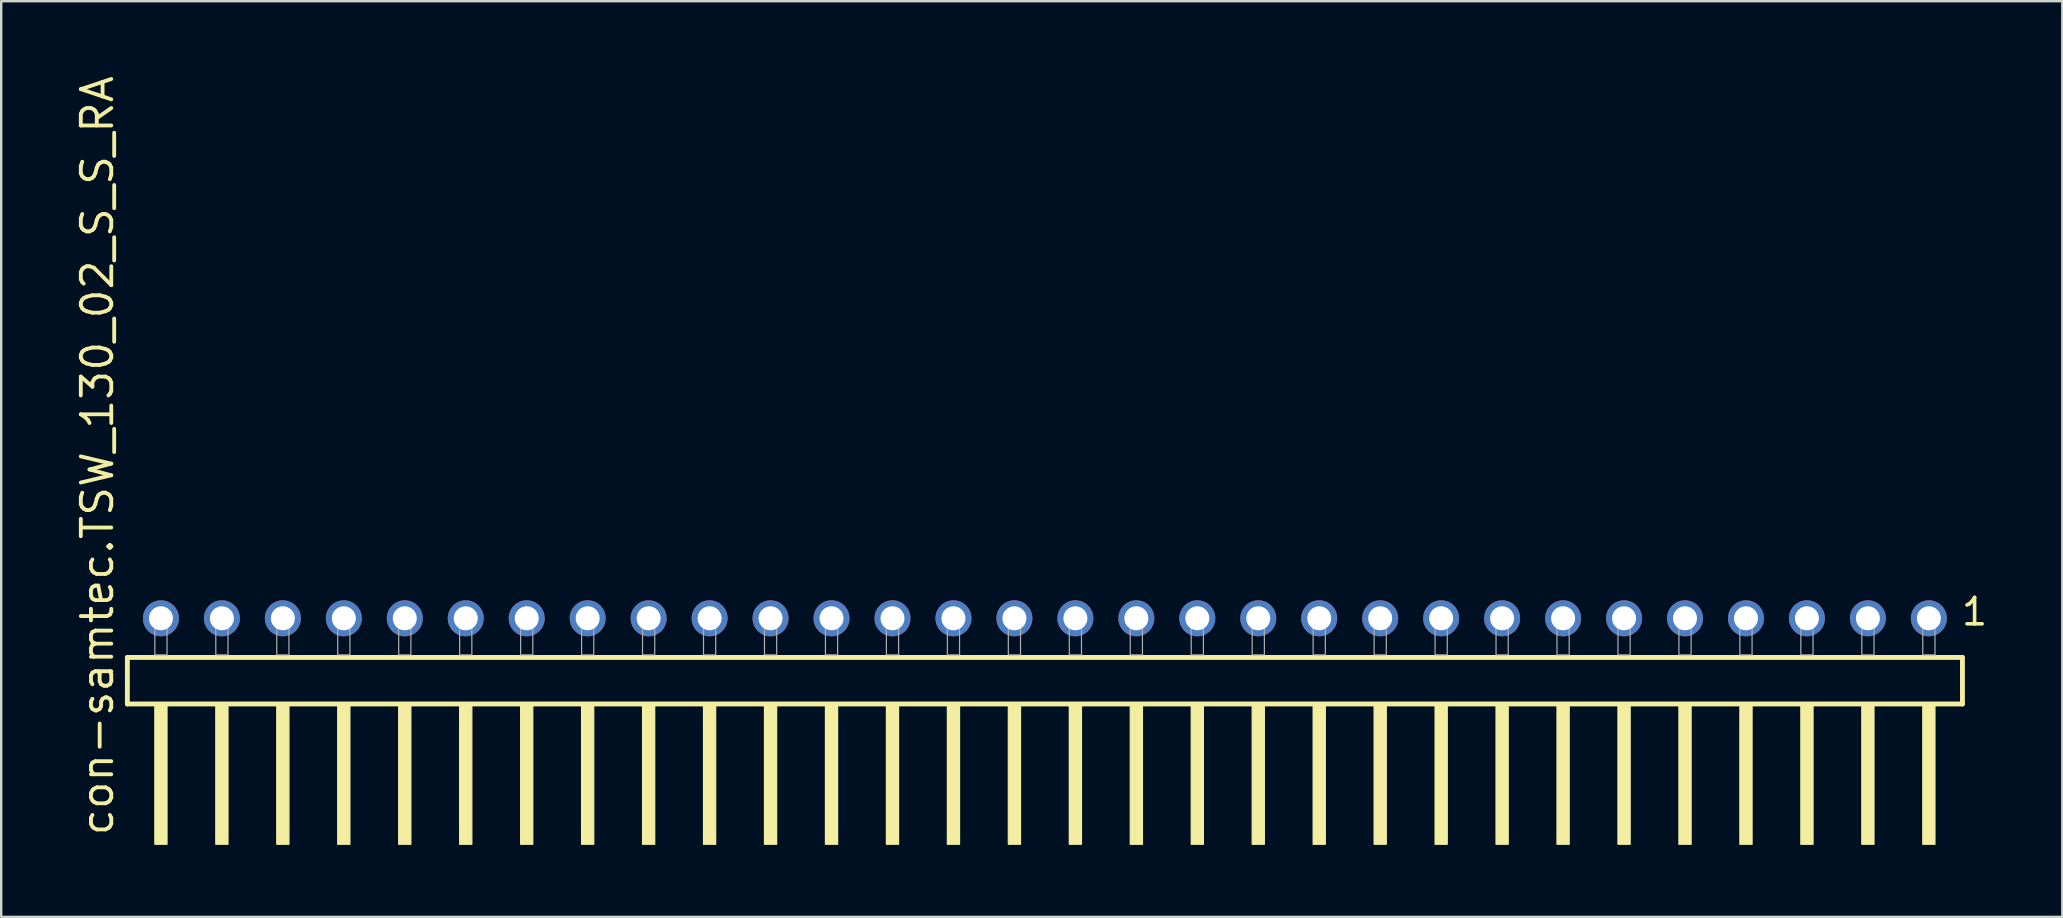
<source format=kicad_pcb>
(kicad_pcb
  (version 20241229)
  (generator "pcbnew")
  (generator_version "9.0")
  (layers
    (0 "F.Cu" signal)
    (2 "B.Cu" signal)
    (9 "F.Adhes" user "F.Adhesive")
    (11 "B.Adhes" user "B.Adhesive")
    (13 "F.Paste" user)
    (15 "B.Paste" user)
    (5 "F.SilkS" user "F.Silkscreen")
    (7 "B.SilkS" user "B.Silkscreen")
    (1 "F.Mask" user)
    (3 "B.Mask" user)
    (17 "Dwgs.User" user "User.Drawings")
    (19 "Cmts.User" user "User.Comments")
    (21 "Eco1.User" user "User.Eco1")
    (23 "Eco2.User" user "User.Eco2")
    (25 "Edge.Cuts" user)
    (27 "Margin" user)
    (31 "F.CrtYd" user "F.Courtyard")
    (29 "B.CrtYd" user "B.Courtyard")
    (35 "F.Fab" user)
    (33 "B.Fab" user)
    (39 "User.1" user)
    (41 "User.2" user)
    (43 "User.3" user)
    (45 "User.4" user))
  (footprint "con-samtec.TSW_130_02_S_S_RA"
    (layer "F.Cu")
    (at 40.485 24.235)
    (property "Reference" "con-samtec.TSW_130_02_S_S_RA" (at -38.735 7.62 90) (layer "F.SilkS") (effects (font (size 1.27 1.27) (thickness 0.16)) (justify left bottom)))
    (attr through_hole)
    (fp_line (start -38.229 0.106) (end -38.229 2.046) (stroke (width 0.203) (type default)) (layer "F.SilkS"))
    (fp_line (start -38.229 2.046) (end 38.229 2.046) (stroke (width 0.203) (type default)) (layer "F.SilkS"))
    (fp_line (start 38.229 0.106) (end -38.229 0.106) (stroke (width 0.203) (type default)) (layer "F.SilkS"))
    (fp_line (start 38.229 2.046) (end 38.229 0.106) (stroke (width 0.203) (type default)) (layer "F.SilkS"))
    (fp_rect (start -37.084 7.89) (end -36.576 2.04) (stroke (width 0.05) (type default)) (fill yes) (layer "F.SilkS"))
    (fp_rect (start -34.544 7.89) (end -34.036 2.04) (stroke (width 0.05) (type default)) (fill yes) (layer "F.SilkS"))
    (fp_rect (start -32.004 7.89) (end -31.496 2.04) (stroke (width 0.05) (type default)) (fill yes) (layer "F.SilkS"))
    (fp_rect (start -29.464 7.89) (end -28.956 2.04) (stroke (width 0.05) (type default)) (fill yes) (layer "F.SilkS"))
    (fp_rect (start -26.924 7.89) (end -26.416 2.04) (stroke (width 0.05) (type default)) (fill yes) (layer "F.SilkS"))
    (fp_rect (start -24.384 7.89) (end -23.876 2.04) (stroke (width 0.05) (type default)) (fill yes) (layer "F.SilkS"))
    (fp_rect (start -21.844 7.89) (end -21.336 2.04) (stroke (width 0.05) (type default)) (fill yes) (layer "F.SilkS"))
    (fp_rect (start -19.304 7.89) (end -18.796 2.04) (stroke (width 0.05) (type default)) (fill yes) (layer "F.SilkS"))
    (fp_rect (start -16.764 7.89) (end -16.256 2.04) (stroke (width 0.05) (type default)) (fill yes) (layer "F.SilkS"))
    (fp_rect (start -14.224 7.89) (end -13.716 2.04) (stroke (width 0.05) (type default)) (fill yes) (layer "F.SilkS"))
    (fp_rect (start -11.684 7.89) (end -11.176 2.04) (stroke (width 0.05) (type default)) (fill yes) (layer "F.SilkS"))
    (fp_rect (start -9.144 7.89) (end -8.636 2.04) (stroke (width 0.05) (type default)) (fill yes) (layer "F.SilkS"))
    (fp_rect (start -6.604 7.89) (end -6.096 2.04) (stroke (width 0.05) (type default)) (fill yes) (layer "F.SilkS"))
    (fp_rect (start -4.064 7.89) (end -3.556 2.04) (stroke (width 0.05) (type default)) (fill yes) (layer "F.SilkS"))
    (fp_rect (start -1.524 7.89) (end -1.016 2.04) (stroke (width 0.05) (type default)) (fill yes) (layer "F.SilkS"))
    (fp_rect (start 1.016 7.89) (end 1.524 2.04) (stroke (width 0.05) (type default)) (fill yes) (layer "F.SilkS"))
    (fp_rect (start 3.556 7.89) (end 4.064 2.04) (stroke (width 0.05) (type default)) (fill yes) (layer "F.SilkS"))
    (fp_rect (start 6.096 7.89) (end 6.604 2.04) (stroke (width 0.05) (type default)) (fill yes) (layer "F.SilkS"))
    (fp_rect (start 8.636 7.89) (end 9.144 2.04) (stroke (width 0.05) (type default)) (fill yes) (layer "F.SilkS"))
    (fp_rect (start 11.176 7.89) (end 11.684 2.04) (stroke (width 0.05) (type default)) (fill yes) (layer "F.SilkS"))
    (fp_rect (start 13.716 7.89) (end 14.224 2.04) (stroke (width 0.05) (type default)) (fill yes) (layer "F.SilkS"))
    (fp_rect (start 16.256 7.89) (end 16.764 2.04) (stroke (width 0.05) (type default)) (fill yes) (layer "F.SilkS"))
    (fp_rect (start 18.796 7.89) (end 19.304 2.04) (stroke (width 0.05) (type default)) (fill yes) (layer "F.SilkS"))
    (fp_rect (start 21.336 7.89) (end 21.844 2.04) (stroke (width 0.05) (type default)) (fill yes) (layer "F.SilkS"))
    (fp_rect (start 23.876 7.89) (end 24.384 2.04) (stroke (width 0.05) (type default)) (fill yes) (layer "F.SilkS"))
    (fp_rect (start 26.416 7.89) (end 26.924 2.04) (stroke (width 0.05) (type default)) (fill yes) (layer "F.SilkS"))
    (fp_rect (start 28.956 7.89) (end 29.464 2.04) (stroke (width 0.05) (type default)) (fill yes) (layer "F.SilkS"))
    (fp_rect (start 31.496 7.89) (end 32.004 2.04) (stroke (width 0.05) (type default)) (fill yes) (layer "F.SilkS"))
    (fp_rect (start 34.036 7.89) (end 34.544 2.04) (stroke (width 0.05) (type default)) (fill yes) (layer "F.SilkS"))
    (fp_rect (start 36.576 7.89) (end 37.084 2.04) (stroke (width 0.05) (type default)) (fill yes) (layer "F.SilkS"))
    (fp_rect (start -37.084 0) (end -36.576 -1.778) (stroke (width 0.05) (type default)) (fill no) (layer "F.Fab"))
    (fp_rect (start -34.544 0) (end -34.036 -1.778) (stroke (width 0.05) (type default)) (fill no) (layer "F.Fab"))
    (fp_rect (start -32.004 0) (end -31.496 -1.778) (stroke (width 0.05) (type default)) (fill no) (layer "F.Fab"))
    (fp_rect (start -29.464 0) (end -28.956 -1.778) (stroke (width 0.05) (type default)) (fill no) (layer "F.Fab"))
    (fp_rect (start -26.924 0) (end -26.416 -1.778) (stroke (width 0.05) (type default)) (fill no) (layer "F.Fab"))
    (fp_rect (start -24.384 0) (end -23.876 -1.778) (stroke (width 0.05) (type default)) (fill no) (layer "F.Fab"))
    (fp_rect (start -21.844 0) (end -21.336 -1.778) (stroke (width 0.05) (type default)) (fill no) (layer "F.Fab"))
    (fp_rect (start -19.304 0) (end -18.796 -1.778) (stroke (width 0.05) (type default)) (fill no) (layer "F.Fab"))
    (fp_rect (start -16.764 0) (end -16.256 -1.778) (stroke (width 0.05) (type default)) (fill no) (layer "F.Fab"))
    (fp_rect (start -14.224 0) (end -13.716 -1.778) (stroke (width 0.05) (type default)) (fill no) (layer "F.Fab"))
    (fp_rect (start -11.684 0) (end -11.176 -1.778) (stroke (width 0.05) (type default)) (fill no) (layer "F.Fab"))
    (fp_rect (start -9.144 0) (end -8.636 -1.778) (stroke (width 0.05) (type default)) (fill no) (layer "F.Fab"))
    (fp_rect (start -6.604 0) (end -6.096 -1.778) (stroke (width 0.05) (type default)) (fill no) (layer "F.Fab"))
    (fp_rect (start -4.064 0) (end -3.556 -1.778) (stroke (width 0.05) (type default)) (fill no) (layer "F.Fab"))
    (fp_rect (start -1.524 0) (end -1.016 -1.778) (stroke (width 0.05) (type default)) (fill no) (layer "F.Fab"))
    (fp_rect (start 1.016 0) (end 1.524 -1.778) (stroke (width 0.05) (type default)) (fill no) (layer "F.Fab"))
    (fp_rect (start 3.556 0) (end 4.064 -1.778) (stroke (width 0.05) (type default)) (fill no) (layer "F.Fab"))
    (fp_rect (start 6.096 0) (end 6.604 -1.778) (stroke (width 0.05) (type default)) (fill no) (layer "F.Fab"))
    (fp_rect (start 8.636 0) (end 9.144 -1.778) (stroke (width 0.05) (type default)) (fill no) (layer "F.Fab"))
    (fp_rect (start 11.176 0) (end 11.684 -1.778) (stroke (width 0.05) (type default)) (fill no) (layer "F.Fab"))
    (fp_rect (start 13.716 0) (end 14.224 -1.778) (stroke (width 0.05) (type default)) (fill no) (layer "F.Fab"))
    (fp_rect (start 16.256 0) (end 16.764 -1.778) (stroke (width 0.05) (type default)) (fill no) (layer "F.Fab"))
    (fp_rect (start 18.796 0) (end 19.304 -1.778) (stroke (width 0.05) (type default)) (fill no) (layer "F.Fab"))
    (fp_rect (start 21.336 0) (end 21.844 -1.778) (stroke (width 0.05) (type default)) (fill no) (layer "F.Fab"))
    (fp_rect (start 23.876 0) (end 24.384 -1.778) (stroke (width 0.05) (type default)) (fill no) (layer "F.Fab"))
    (fp_rect (start 26.416 0) (end 26.924 -1.778) (stroke (width 0.05) (type default)) (fill no) (layer "F.Fab"))
    (fp_rect (start 28.956 0) (end 29.464 -1.778) (stroke (width 0.05) (type default)) (fill no) (layer "F.Fab"))
    (fp_rect (start 31.496 0) (end 32.004 -1.778) (stroke (width 0.05) (type default)) (fill no) (layer "F.Fab"))
    (fp_rect (start 34.036 0) (end 34.544 -1.778) (stroke (width 0.05) (type default)) (fill no) (layer "F.Fab"))
    (fp_rect (start 36.576 0) (end 37.084 -1.778) (stroke (width 0.05) (type default)) (fill no) (layer "F.Fab"))
    (fp_text user "1" (at 38.112 -1.152 0) (layer "F.SilkS") (effects (font (size 1.1 1.1) (thickness 0.15)) (justify left bottom)))
    (pad "1" thru_hole circle (at 36.83 -1.524 180) (size 1.5 1.5) (drill 1) (layers "*.Cu" "*.Mask"))
    (pad "2" thru_hole circle (at 34.29 -1.524 180) (size 1.5 1.5) (drill 1) (layers "*.Cu" "*.Mask"))
    (pad "3" thru_hole circle (at 31.75 -1.524 180) (size 1.5 1.5) (drill 1) (layers "*.Cu" "*.Mask"))
    (pad "4" thru_hole circle (at 29.21 -1.524 180) (size 1.5 1.5) (drill 1) (layers "*.Cu" "*.Mask"))
    (pad "5" thru_hole circle (at 26.67 -1.524 180) (size 1.5 1.5) (drill 1) (layers "*.Cu" "*.Mask"))
    (pad "6" thru_hole circle (at 24.13 -1.524 180) (size 1.5 1.5) (drill 1) (layers "*.Cu" "*.Mask"))
    (pad "7" thru_hole circle (at 21.59 -1.524 180) (size 1.5 1.5) (drill 1) (layers "*.Cu" "*.Mask"))
    (pad "8" thru_hole circle (at 19.05 -1.524 180) (size 1.5 1.5) (drill 1) (layers "*.Cu" "*.Mask"))
    (pad "9" thru_hole circle (at 16.51 -1.524 180) (size 1.5 1.5) (drill 1) (layers "*.Cu" "*.Mask"))
    (pad "10" thru_hole circle (at 13.97 -1.524 180) (size 1.5 1.5) (drill 1) (layers "*.Cu" "*.Mask"))
    (pad "11" thru_hole circle (at 11.43 -1.524 180) (size 1.5 1.5) (drill 1) (layers "*.Cu" "*.Mask"))
    (pad "12" thru_hole circle (at 8.89 -1.524 180) (size 1.5 1.5) (drill 1) (layers "*.Cu" "*.Mask"))
    (pad "13" thru_hole circle (at 6.35 -1.524 180) (size 1.5 1.5) (drill 1) (layers "*.Cu" "*.Mask"))
    (pad "14" thru_hole circle (at 3.81 -1.524 180) (size 1.5 1.5) (drill 1) (layers "*.Cu" "*.Mask"))
    (pad "15" thru_hole circle (at 1.27 -1.524 180) (size 1.5 1.5) (drill 1) (layers "*.Cu" "*.Mask"))
    (pad "16" thru_hole circle (at -1.27 -1.524 180) (size 1.5 1.5) (drill 1) (layers "*.Cu" "*.Mask"))
    (pad "17" thru_hole circle (at -3.81 -1.524 180) (size 1.5 1.5) (drill 1) (layers "*.Cu" "*.Mask"))
    (pad "18" thru_hole circle (at -6.35 -1.524 180) (size 1.5 1.5) (drill 1) (layers "*.Cu" "*.Mask"))
    (pad "19" thru_hole circle (at -8.89 -1.524 180) (size 1.5 1.5) (drill 1) (layers "*.Cu" "*.Mask"))
    (pad "20" thru_hole circle (at -11.43 -1.524 180) (size 1.5 1.5) (drill 1) (layers "*.Cu" "*.Mask"))
    (pad "21" thru_hole circle (at -13.97 -1.524 180) (size 1.5 1.5) (drill 1) (layers "*.Cu" "*.Mask"))
    (pad "22" thru_hole circle (at -16.51 -1.524 180) (size 1.5 1.5) (drill 1) (layers "*.Cu" "*.Mask"))
    (pad "23" thru_hole circle (at -19.05 -1.524 180) (size 1.5 1.5) (drill 1) (layers "*.Cu" "*.Mask"))
    (pad "24" thru_hole circle (at -21.59 -1.524 180) (size 1.5 1.5) (drill 1) (layers "*.Cu" "*.Mask"))
    (pad "25" thru_hole circle (at -24.13 -1.524 180) (size 1.5 1.5) (drill 1) (layers "*.Cu" "*.Mask"))
    (pad "26" thru_hole circle (at -26.67 -1.524 180) (size 1.5 1.5) (drill 1) (layers "*.Cu" "*.Mask"))
    (pad "27" thru_hole circle (at -29.21 -1.524 180) (size 1.5 1.5) (drill 1) (layers "*.Cu" "*.Mask"))
    (pad "28" thru_hole circle (at -31.75 -1.524 180) (size 1.5 1.5) (drill 1) (layers "*.Cu" "*.Mask"))
    (pad "29" thru_hole circle (at -34.29 -1.524 180) (size 1.5 1.5) (drill 1) (layers "*.Cu" "*.Mask"))
    (pad "30" thru_hole circle (at -36.83 -1.524 180) (size 1.5 1.5) (drill 1) (layers "*.Cu" "*.Mask")))
  (gr_rect
    (start -3 -3)
    (end 82.875 35.15)
    (stroke (width 0.1) (type default))
    (fill no)
    (layer "Edge.Cuts")))
</source>
